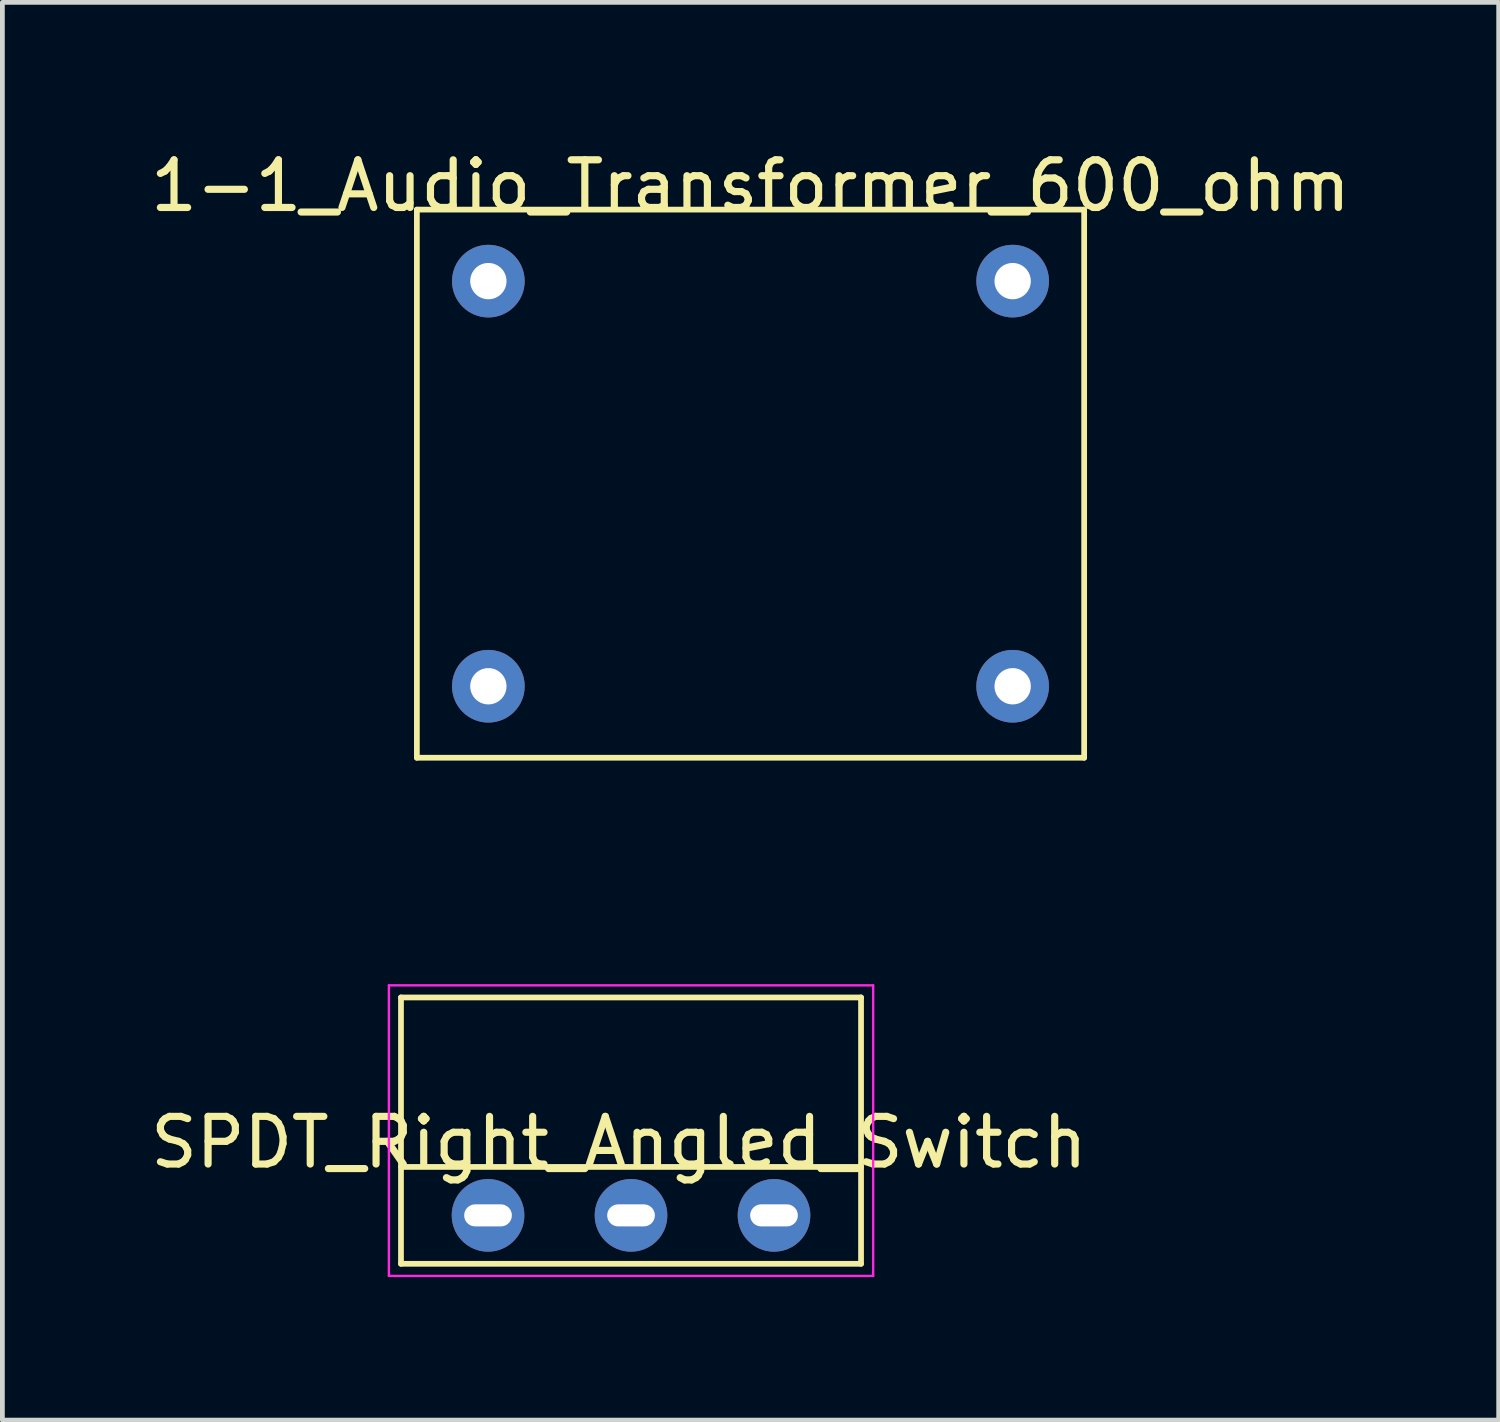
<source format=kicad_pcb>
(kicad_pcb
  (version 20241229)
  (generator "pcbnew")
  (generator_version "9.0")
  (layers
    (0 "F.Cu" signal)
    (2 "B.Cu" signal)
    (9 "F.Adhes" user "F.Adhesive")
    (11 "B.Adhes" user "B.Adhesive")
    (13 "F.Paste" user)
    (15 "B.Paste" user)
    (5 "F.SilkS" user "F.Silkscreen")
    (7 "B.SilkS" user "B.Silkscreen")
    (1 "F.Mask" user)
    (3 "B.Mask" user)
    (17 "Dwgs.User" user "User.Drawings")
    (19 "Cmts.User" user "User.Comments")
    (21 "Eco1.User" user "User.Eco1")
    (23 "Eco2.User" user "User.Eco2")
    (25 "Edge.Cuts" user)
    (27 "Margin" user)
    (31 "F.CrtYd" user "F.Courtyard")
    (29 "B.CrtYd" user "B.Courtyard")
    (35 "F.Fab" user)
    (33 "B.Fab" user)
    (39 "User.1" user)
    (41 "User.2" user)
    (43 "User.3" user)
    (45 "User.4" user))
  (footprint "SPDT_Right_Angled_Switch"
    (layer "F.Cu")
    (at 10.189 20.671)
    (property "Reference" "SPDT_Right_Angled_Switch" (at -0.254 0.246 0) (layer "F.SilkS") (effects (font (size 1 1) (thickness 0.15))))
    (attr through_hole)
    (fp_line (start -4.826 -2.794) (end -4.826 2.794) (stroke (width 0.12) (type solid)) (layer "F.SilkS"))
    (fp_line (start -4.826 0.762) (end 4.826 0.762) (stroke (width 0.12) (type solid)) (layer "F.SilkS"))
    (fp_line (start -4.826 2.794) (end 4.826 2.794) (stroke (width 0.12) (type solid)) (layer "F.SilkS"))
    (fp_line (start 4.826 -2.794) (end -4.826 -2.794) (stroke (width 0.12) (type solid)) (layer "F.SilkS"))
    (fp_line (start 4.826 2.794) (end 4.826 -2.794) (stroke (width 0.12) (type solid)) (layer "F.SilkS"))
    (fp_line (start -5.08 -3.048) (end 5.08 -3.048) (stroke (width 0.05) (type solid)) (layer "F.CrtYd"))
    (fp_line (start -5.08 3.048) (end -5.08 -3.048) (stroke (width 0.05) (type solid)) (layer "F.CrtYd"))
    (fp_line (start 5.08 -3.048) (end 5.08 3.048) (stroke (width 0.05) (type solid)) (layer "F.CrtYd"))
    (fp_line (start 5.08 3.048) (end -5.08 3.048) (stroke (width 0.05) (type solid)) (layer "F.CrtYd"))
    (pad "1" thru_hole circle (at -3 1.778) (size 1.524 1.524) (drill oval 1 0.462) (layers "*.Cu" "*.Mask"))
    (pad "2" thru_hole circle (at 0 1.778) (size 1.524 1.524) (drill oval 1 0.462) (layers "*.Cu" "*.Mask"))
    (pad "3" thru_hole circle (at 3 1.778) (size 1.524 1.524) (drill oval 1 0.462) (layers "*.Cu" "*.Mask")))
  (footprint "1-1_Audio_Transformer_600_ohm"
    (layer "F.Cu")
    (at 12.696 14.348)
    (property "Reference" "1-1_Audio_Transformer_600_ohm" (at 0 -13.5 0) (layer "F.SilkS") (effects (font (size 1 1) (thickness 0.15))))
    (attr through_hole)
    (fp_line (start -7 -13) (end -7 -1.5) (stroke (width 0.12) (type solid)) (layer "F.SilkS"))
    (fp_line (start -7 -1.5) (end 7 -1.5) (stroke (width 0.12) (type solid)) (layer "F.SilkS"))
    (fp_line (start 7 -13) (end -7 -13) (stroke (width 0.12) (type solid)) (layer "F.SilkS"))
    (fp_line (start 7 -1.5) (end 7 -13) (stroke (width 0.12) (type solid)) (layer "F.SilkS"))
    (pad "1" thru_hole circle (at -5.5 -11.5) (size 1.524 1.524) (drill 0.762) (layers "*.Cu" "*.Mask"))
    (pad "2" thru_hole circle (at -5.5 -3) (size 1.524 1.524) (drill 0.762) (layers "*.Cu" "*.Mask"))
    (pad "3" thru_hole circle (at 5.5 -3) (size 1.524 1.524) (drill 0.762) (layers "*.Cu" "*.Mask"))
    (pad "4" thru_hole circle (at 5.5 -11.5) (size 1.524 1.524) (drill 0.762) (layers "*.Cu" "*.Mask")))
  (gr_rect
    (start -3 -3)
    (end 28.393 26.744)
    (stroke (width 0.1) (type default))
    (fill no)
    (layer "Edge.Cuts")))
</source>
